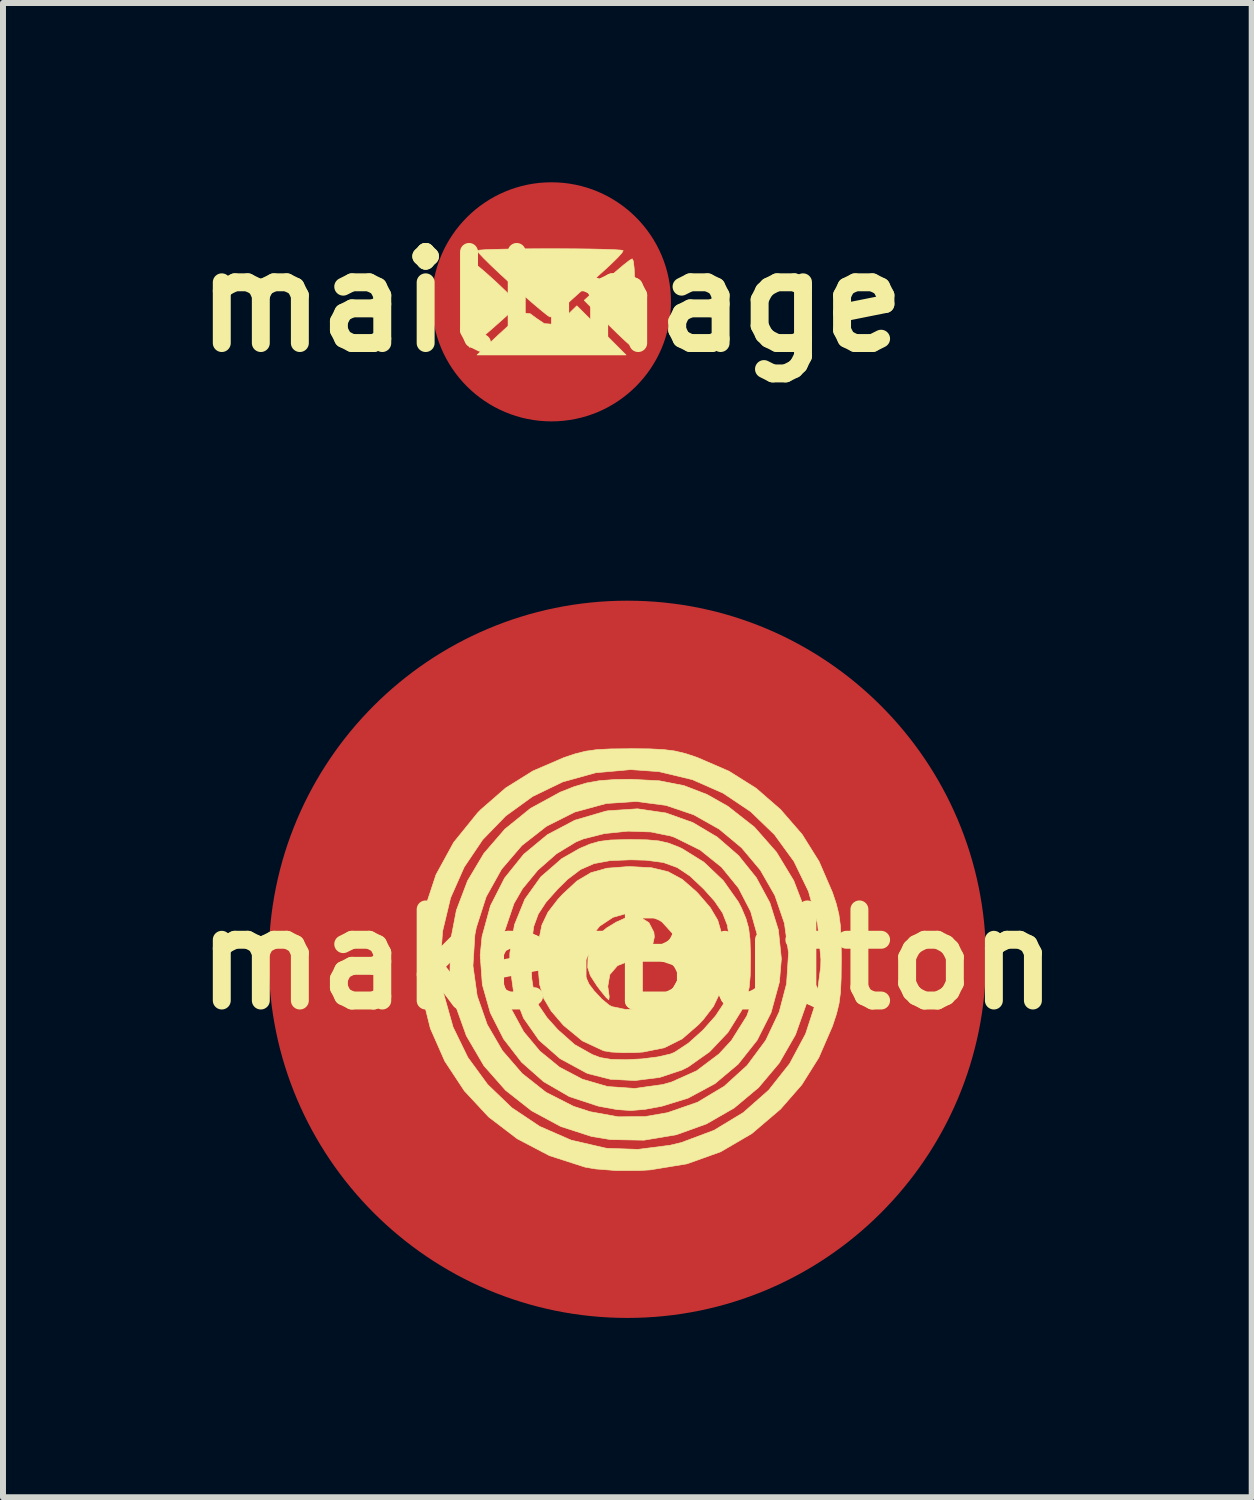
<source format=kicad_pcb>
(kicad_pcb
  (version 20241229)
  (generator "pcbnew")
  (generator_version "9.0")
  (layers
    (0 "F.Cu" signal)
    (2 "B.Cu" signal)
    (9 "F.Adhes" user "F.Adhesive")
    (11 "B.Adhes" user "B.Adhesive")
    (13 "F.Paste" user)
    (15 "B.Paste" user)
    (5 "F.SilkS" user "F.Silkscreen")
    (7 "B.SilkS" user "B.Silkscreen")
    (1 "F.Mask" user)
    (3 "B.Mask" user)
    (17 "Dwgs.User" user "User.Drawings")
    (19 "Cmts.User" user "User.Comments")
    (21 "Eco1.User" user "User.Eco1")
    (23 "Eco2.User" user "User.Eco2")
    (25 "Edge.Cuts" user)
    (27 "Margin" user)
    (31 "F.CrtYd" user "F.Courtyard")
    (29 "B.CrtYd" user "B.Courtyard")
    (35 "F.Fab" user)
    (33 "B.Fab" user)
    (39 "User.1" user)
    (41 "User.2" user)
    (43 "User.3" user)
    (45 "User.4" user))
  (footprint "makerButton"
    (layer "F.Cu")
    (at 7.446 13)
    (property "Reference" "makerButton" (at 0 0 0) (layer "F.SilkS") (effects (font (size 1.524 1.524) (thickness 0.3))))
    (attr through_hole)
    (fp_poly (pts (xy 0.212 -0.707) (xy 0.361 -0.613) (xy 0.444 -0.452) (xy 0.452 -0.374) (xy 0.411 -0.185) (xy 0.283 -0.056) (xy 0.06 0.02) (xy 0.042 0.024) (xy -0.165 0.106) (xy -0.293 0.255) (xy -0.327 0.453) (xy -0.319 0.509) (xy -0.303 0.626) (xy -0.311 0.677) (xy -0.312 0.677) (xy -0.357 0.636) (xy -0.444 0.529) (xy -0.513 0.437) (xy -0.619 0.272) (xy -0.663 0.138) (xy -0.659 -0.017) (xy -0.658 -0.027) (xy -0.625 -0.174) (xy -0.581 -0.263) (xy -0.568 -0.272) (xy -0.51 -0.338) (xy -0.507 -0.357) (xy -0.46 -0.431) (xy -0.343 -0.527) (xy -0.188 -0.621) (xy -0.03 -0.693) (xy 0.025 -0.71) (xy 0.212 -0.707)) (stroke (width 0.01) (type solid)) (fill yes) (layer "F.SilkS"))
    (fp_poly (pts (xy 0.406 -1.532) (xy 0.683 -1.465) (xy 0.921 -1.336) (xy 1.154 -1.132) (xy 1.193 -1.091) (xy 1.388 -0.864) (xy 1.513 -0.653) (xy 1.58 -0.42) (xy 1.606 -0.129) (xy 1.608 0) (xy 1.594 0.323) (xy 1.543 0.573) (xy 1.441 0.787) (xy 1.274 1.004) (xy 1.193 1.091) (xy 0.917 1.331) (xy 0.619 1.48) (xy 0.266 1.551) (xy 0.141 1.56) (xy -0.081 1.562) (xy -0.275 1.551) (xy -0.395 1.531) (xy -0.752 1.365) (xy -1.062 1.11) (xy -1.08 1.091) (xy -1.275 0.864) (xy -1.4 0.653) (xy -1.468 0.42) (xy -1.493 0.128) (xy -1.494 0.057) (xy -0.734 0.057) (xy -0.714 0.253) (xy -0.64 0.417) (xy -0.556 0.528) (xy -0.427 0.666) (xy -0.304 0.767) (xy -0.26 0.791) (xy -0.03 0.839) (xy 0.234 0.827) (xy 0.472 0.76) (xy 0.505 0.744) (xy 0.712 0.574) (xy 0.843 0.348) (xy 0.896 0.089) (xy 0.87 -0.176) (xy 0.766 -0.421) (xy 0.583 -0.622) (xy 0.541 -0.651) (xy 0.281 -0.762) (xy 0.013 -0.775) (xy -0.242 -0.702) (xy -0.464 -0.554) (xy -0.631 -0.343) (xy -0.723 -0.081) (xy -0.734 0.057) (xy -1.494 0.057) (xy -1.495 0) (xy -1.481 -0.323) (xy -1.43 -0.573) (xy -1.328 -0.787) (xy -1.161 -1.004) (xy -1.08 -1.091) (xy -0.845 -1.309) (xy -0.61 -1.449) (xy -0.342 -1.524) (xy -0.006 -1.55) (xy 0.056 -1.551) (xy 0.406 -1.532)) (stroke (width 0.01) (type solid)) (fill yes) (layer "F.SilkS"))
    (fp_poly (pts (xy 0.647 -2.448) (xy 1.095 -2.288) (xy 1.503 -2.046) (xy 1.861 -1.735) (xy 2.158 -1.365) (xy 2.384 -0.947) (xy 2.527 -0.491) (xy 2.577 -0.008) (xy 2.544 0.381) (xy 2.404 0.893) (xy 2.171 1.354) (xy 1.854 1.754) (xy 1.466 2.08) (xy 1.015 2.323) (xy 0.58 2.457) (xy 0.291 2.511) (xy 0.058 2.53) (xy -0.171 2.514) (xy -0.448 2.464) (xy -0.494 2.454) (xy -0.972 2.296) (xy -1.401 2.047) (xy -1.77 1.721) (xy -2.07 1.333) (xy -2.292 0.896) (xy -2.426 0.424) (xy -2.458 -0.014) (xy -2.108 -0.014) (xy -2.066 0.425) (xy -1.939 0.837) (xy -1.735 1.211) (xy -1.463 1.537) (xy -1.133 1.806) (xy -0.753 2.006) (xy -0.333 2.128) (xy 0.119 2.161) (xy 0.593 2.095) (xy 0.74 2.053) (xy 1.16 1.865) (xy 1.534 1.583) (xy 1.741 1.359) (xy 1.998 0.95) (xy 2.155 0.515) (xy 2.215 0.069) (xy 2.183 -0.375) (xy 2.063 -0.8) (xy 1.859 -1.194) (xy 1.576 -1.542) (xy 1.218 -1.829) (xy 0.79 -2.041) (xy 0.725 -2.063) (xy 0.393 -2.131) (xy 0.009 -2.144) (xy -0.383 -2.104) (xy -0.738 -2.014) (xy -0.86 -1.964) (xy -1.187 -1.765) (xy -1.497 -1.493) (xy -1.754 -1.181) (xy -1.897 -0.933) (xy -2.054 -0.47) (xy -2.108 -0.014) (xy -2.458 -0.014) (xy -2.462 -0.069) (xy -2.431 -0.381) (xy -2.29 -0.896) (xy -2.054 -1.359) (xy -1.734 -1.757) (xy -1.339 -2.084) (xy -0.879 -2.327) (xy -0.364 -2.478) (xy -0.325 -2.485) (xy 0.17 -2.518) (xy 0.647 -2.448)) (stroke (width 0.01) (type solid)) (fill yes) (layer "F.SilkS"))
    (fp_poly (pts (xy 0.535 -2.987) (xy 0.948 -2.906) (xy 1.332 -2.758) (xy 1.681 -2.561) (xy 2.125 -2.213) (xy 2.495 -1.793) (xy 2.784 -1.316) (xy 2.983 -0.798) (xy 3.083 -0.255) (xy 3.088 0.171) (xy 2.998 0.739) (xy 2.813 1.262) (xy 2.542 1.734) (xy 2.196 2.145) (xy 1.786 2.488) (xy 1.323 2.754) (xy 0.817 2.936) (xy 0.278 3.026) (xy -0.282 3.016) (xy -0.598 2.964) (xy -1.114 2.797) (xy -1.602 2.534) (xy -2.038 2.191) (xy -2.396 1.785) (xy -2.402 1.777) (xy -2.693 1.28) (xy -2.88 0.759) (xy -2.968 0.228) (xy -2.966 0.109) (xy -2.583 0.109) (xy -2.512 0.614) (xy -2.345 1.091) (xy -2.091 1.528) (xy -1.76 1.911) (xy -1.36 2.226) (xy -0.9 2.46) (xy -0.621 2.55) (xy -0.153 2.635) (xy 0.296 2.631) (xy 0.672 2.566) (xy 1.173 2.392) (xy 1.62 2.125) (xy 2.004 1.776) (xy 2.315 1.357) (xy 2.541 0.879) (xy 2.664 0.409) (xy 2.697 -0.107) (xy 2.628 -0.603) (xy 2.468 -1.069) (xy 2.225 -1.493) (xy 1.912 -1.866) (xy 1.537 -2.178) (xy 1.111 -2.418) (xy 0.645 -2.576) (xy 0.148 -2.641) (xy -0.353 -2.607) (xy -0.879 -2.464) (xy -1.353 -2.226) (xy -1.765 -1.904) (xy -2.105 -1.507) (xy -2.362 -1.046) (xy -2.527 -0.531) (xy -2.551 -0.409) (xy -2.583 0.109) (xy -2.966 0.109) (xy -2.96 -0.303) (xy -2.86 -0.821) (xy -2.673 -1.314) (xy -2.401 -1.77) (xy -2.05 -2.177) (xy -1.622 -2.524) (xy -1.122 -2.797) (xy -0.897 -2.886) (xy -0.683 -2.95) (xy -0.465 -2.989) (xy -0.205 -3.008) (xy 0.056 -3.012) (xy 0.535 -2.987)) (stroke (width 0.01) (type solid)) (fill yes) (layer "F.SilkS"))
    (fp_poly (pts (xy 0.33 -1.999) (xy 0.529 -1.981) (xy 0.693 -1.943) (xy 0.859 -1.878) (xy 0.914 -1.853) (xy 1.28 -1.626) (xy 1.605 -1.317) (xy 1.858 -0.959) (xy 1.91 -0.858) (xy 1.984 -0.683) (xy 2.029 -0.523) (xy 2.052 -0.338) (xy 2.06 -0.09) (xy 2.06 0) (xy 2.056 0.274) (xy 2.038 0.473) (xy 2 0.637) (xy 1.935 0.803) (xy 1.91 0.858) (xy 1.683 1.223) (xy 1.376 1.547) (xy 1.019 1.799) (xy 0.914 1.852) (xy 0.541 1.976) (xy 0.128 2.028) (xy -0.284 2.007) (xy -0.655 1.913) (xy -0.687 1.9) (xy -1.125 1.662) (xy -1.477 1.354) (xy -1.737 0.983) (xy -1.902 0.558) (xy -1.968 0.084) (xy -1.967 0) (xy -1.609 0) (xy -1.599 0.325) (xy -1.56 0.572) (xy -1.48 0.777) (xy -1.345 0.975) (xy -1.165 1.176) (xy -0.881 1.428) (xy -0.583 1.595) (xy -0.452 1.644) (xy -0.273 1.674) (xy -0.027 1.68) (xy 0.248 1.666) (xy 0.509 1.633) (xy 0.719 1.585) (xy 0.79 1.556) (xy 1.022 1.403) (xy 1.263 1.187) (xy 1.475 0.948) (xy 1.599 0.762) (xy 1.66 0.629) (xy 1.697 0.482) (xy 1.716 0.29) (xy 1.721 0.019) (xy 1.721 0) (xy 1.712 -0.324) (xy 1.673 -0.572) (xy 1.593 -0.777) (xy 1.458 -0.975) (xy 1.278 -1.176) (xy 1.05 -1.392) (xy 0.836 -1.535) (xy 0.602 -1.62) (xy 0.314 -1.658) (xy 0.056 -1.665) (xy -0.29 -1.651) (xy -0.559 -1.601) (xy -0.784 -1.502) (xy -0.999 -1.339) (xy -1.165 -1.176) (xy -1.361 -0.955) (xy -1.49 -0.758) (xy -1.566 -0.551) (xy -1.601 -0.297) (xy -1.609 0) (xy -1.967 0) (xy -1.966 -0.103) (xy -1.889 -0.577) (xy -1.714 -1.007) (xy -1.447 -1.38) (xy -1.096 -1.685) (xy -0.801 -1.853) (xy -0.627 -1.927) (xy -0.467 -1.973) (xy -0.282 -1.996) (xy -0.034 -2.003) (xy 0.056 -2.004) (xy 0.33 -1.999)) (stroke (width 0.01) (type solid)) (fill yes) (layer "F.SilkS"))
    (fp_poly (pts (xy 0.372 -3.521) (xy 0.607 -3.509) (xy 0.795 -3.485) (xy 0.968 -3.444) (xy 1.158 -3.381) (xy 1.176 -3.374) (xy 1.701 -3.147) (xy 2.154 -2.862) (xy 2.563 -2.506) (xy 2.924 -2.09) (xy 3.208 -1.636) (xy 3.431 -1.12) (xy 3.496 -0.926) (xy 3.539 -0.753) (xy 3.564 -0.567) (xy 3.577 -0.337) (xy 3.58 -0.03) (xy 3.58 0) (xy 3.577 0.315) (xy 3.566 0.551) (xy 3.542 0.738) (xy 3.5 0.911) (xy 3.437 1.102) (xy 3.431 1.12) (xy 3.203 1.645) (xy 2.919 2.098) (xy 2.563 2.506) (xy 2.082 2.916) (xy 1.562 3.22) (xy 0.997 3.422) (xy 0.382 3.523) (xy 0.198 3.534) (xy -0.192 3.534) (xy -0.533 3.507) (xy -0.708 3.477) (xy -1.303 3.285) (xy -1.843 3.002) (xy -2.32 2.638) (xy -2.726 2.202) (xy -3.054 1.705) (xy -3.295 1.158) (xy -3.442 0.57) (xy -3.484 0) (xy -3.125 0) (xy -3.071 0.583) (xy -2.916 1.134) (xy -2.669 1.641) (xy -2.338 2.094) (xy -1.934 2.483) (xy -1.466 2.796) (xy -0.942 3.025) (xy -0.372 3.157) (xy -0.339 3.162) (xy 0.179 3.18) (xy 0.715 3.111) (xy 0.903 3.066) (xy 1.45 2.861) (xy 1.94 2.564) (xy 2.365 2.189) (xy 2.716 1.745) (xy 2.983 1.246) (xy 3.16 0.701) (xy 3.235 0.123) (xy 3.238 0) (xy 3.184 -0.586) (xy 3.031 -1.136) (xy 2.787 -1.639) (xy 2.461 -2.087) (xy 2.063 -2.471) (xy 1.602 -2.78) (xy 1.088 -3.006) (xy 0.529 -3.14) (xy 0.056 -3.174) (xy -0.531 -3.121) (xy -1.082 -2.968) (xy -1.586 -2.724) (xy -2.035 -2.399) (xy -2.42 -2.002) (xy -2.73 -1.542) (xy -2.957 -1.029) (xy -3.091 -0.471) (xy -3.125 0) (xy -3.484 0) (xy -3.487 -0.047) (xy -3.482 -0.203) (xy -3.394 -0.832) (xy -3.201 -1.416) (xy -2.906 -1.955) (xy -2.508 -2.447) (xy -2.45 -2.506) (xy -2.034 -2.868) (xy -1.58 -3.151) (xy -1.063 -3.374) (xy -0.869 -3.439) (xy -0.696 -3.482) (xy -0.511 -3.508) (xy -0.281 -3.52) (xy 0.027 -3.523) (xy 0.056 -3.524) (xy 0.372 -3.521)) (stroke (width 0.01) (type solid)) (fill yes) (layer "F.SilkS"))
    (pad "1" smd circle (at 0 0) (size 12 12) (layers "F.Cu" "F.Mask" "F.Paste")))
  (footprint "mailImage"
    (layer "F.Cu")
    (at 6.176 2)
    (property "Reference" "mailImage" (at 0 0 0) (layer "F.SilkS") (effects (font (size 1.524 1.524) (thickness 0.3))))
    (attr through_hole)
    (fp_poly (pts (xy 0.837 0.477) (xy 1.248 0.889) (xy -1.245 0.889) (xy -0.887 0.552) (xy -0.738 0.416) (xy -0.605 0.301) (xy -0.503 0.22) (xy -0.451 0.188) (xy -0.355 0.199) (xy -0.258 0.271) (xy -0.12 0.364) (xy 0.02 0.375) (xy 0.169 0.304) (xy 0.264 0.223) (xy 0.425 0.066) (xy 0.837 0.477)) (stroke (width 0.01) (type solid)) (fill yes) (layer "F.SilkS"))
    (fp_poly (pts (xy 1.37 -0.681) (xy 1.384 -0.563) (xy 1.393 -0.365) (xy 1.397 -0.085) (xy 1.397 0.021) (xy 1.395 0.261) (xy 1.39 0.468) (xy 1.383 0.63) (xy 1.374 0.732) (xy 1.364 0.762) (xy 1.324 0.734) (xy 1.237 0.656) (xy 1.114 0.54) (xy 0.969 0.398) (xy 0.94 0.369) (xy 0.548 -0.025) (xy 0.927 -0.372) (xy 1.077 -0.507) (xy 1.207 -0.617) (xy 1.303 -0.692) (xy 1.351 -0.72) (xy 1.351 -0.72) (xy 1.37 -0.681)) (stroke (width 0.01) (type solid)) (fill yes) (layer "F.SilkS"))
    (fp_poly (pts (xy -1.294 -0.647) (xy -1.197 -0.572) (xy -1.067 -0.46) (xy -0.917 -0.324) (xy -0.913 -0.32) (xy -0.754 -0.169) (xy -0.65 -0.063) (xy -0.594 0.007) (xy -0.577 0.054) (xy -0.592 0.087) (xy -0.596 0.091) (xy -0.712 0.2) (xy -0.851 0.325) (xy -0.997 0.454) (xy -1.137 0.575) (xy -1.255 0.675) (xy -1.337 0.741) (xy -1.369 0.762) (xy -1.378 0.722) (xy -1.386 0.611) (xy -1.392 0.443) (xy -1.396 0.231) (xy -1.397 0.042) (xy -1.395 -0.235) (xy -1.39 -0.436) (xy -1.381 -0.571) (xy -1.367 -0.647) (xy -1.348 -0.675) (xy -1.344 -0.675) (xy -1.294 -0.647)) (stroke (width 0.01) (type solid)) (fill yes) (layer "F.SilkS"))
    (fp_poly (pts (xy 0.125 -0.888) (xy 0.397 -0.887) (xy 0.65 -0.884) (xy 0.87 -0.879) (xy 1.043 -0.873) (xy 1.158 -0.866) (xy 1.2 -0.857) (xy 1.178 -0.818) (xy 1.104 -0.736) (xy 0.99 -0.625) (xy 0.874 -0.518) (xy 0.697 -0.36) (xy 0.51 -0.192) (xy 0.343 -0.041) (xy 0.275 0.021) (xy 0.152 0.129) (xy 0.05 0.211) (xy -0.014 0.251) (xy -0.022 0.254) (xy -0.066 0.227) (xy -0.161 0.151) (xy -0.298 0.036) (xy -0.466 -0.11) (xy -0.654 -0.278) (xy -0.663 -0.286) (xy -0.848 -0.456) (xy -1.008 -0.607) (xy -1.133 -0.73) (xy -1.214 -0.816) (xy -1.242 -0.857) (xy -1.241 -0.857) (xy -1.195 -0.866) (xy -1.078 -0.874) (xy -0.902 -0.879) (xy -0.681 -0.884) (xy -0.427 -0.887) (xy -0.154 -0.888) (xy 0.125 -0.888)) (stroke (width 0.01) (type solid)) (fill yes) (layer "F.SilkS"))
    (pad "5" smd circle (at 0 0) (size 4 4) (layers "F.Cu" "F.Mask" "F.Paste")))
  (gr_rect
    (start -3 -3)
    (end 17.892 22)
    (stroke (width 0.1) (type default))
    (fill no)
    (layer "Edge.Cuts")))
</source>
